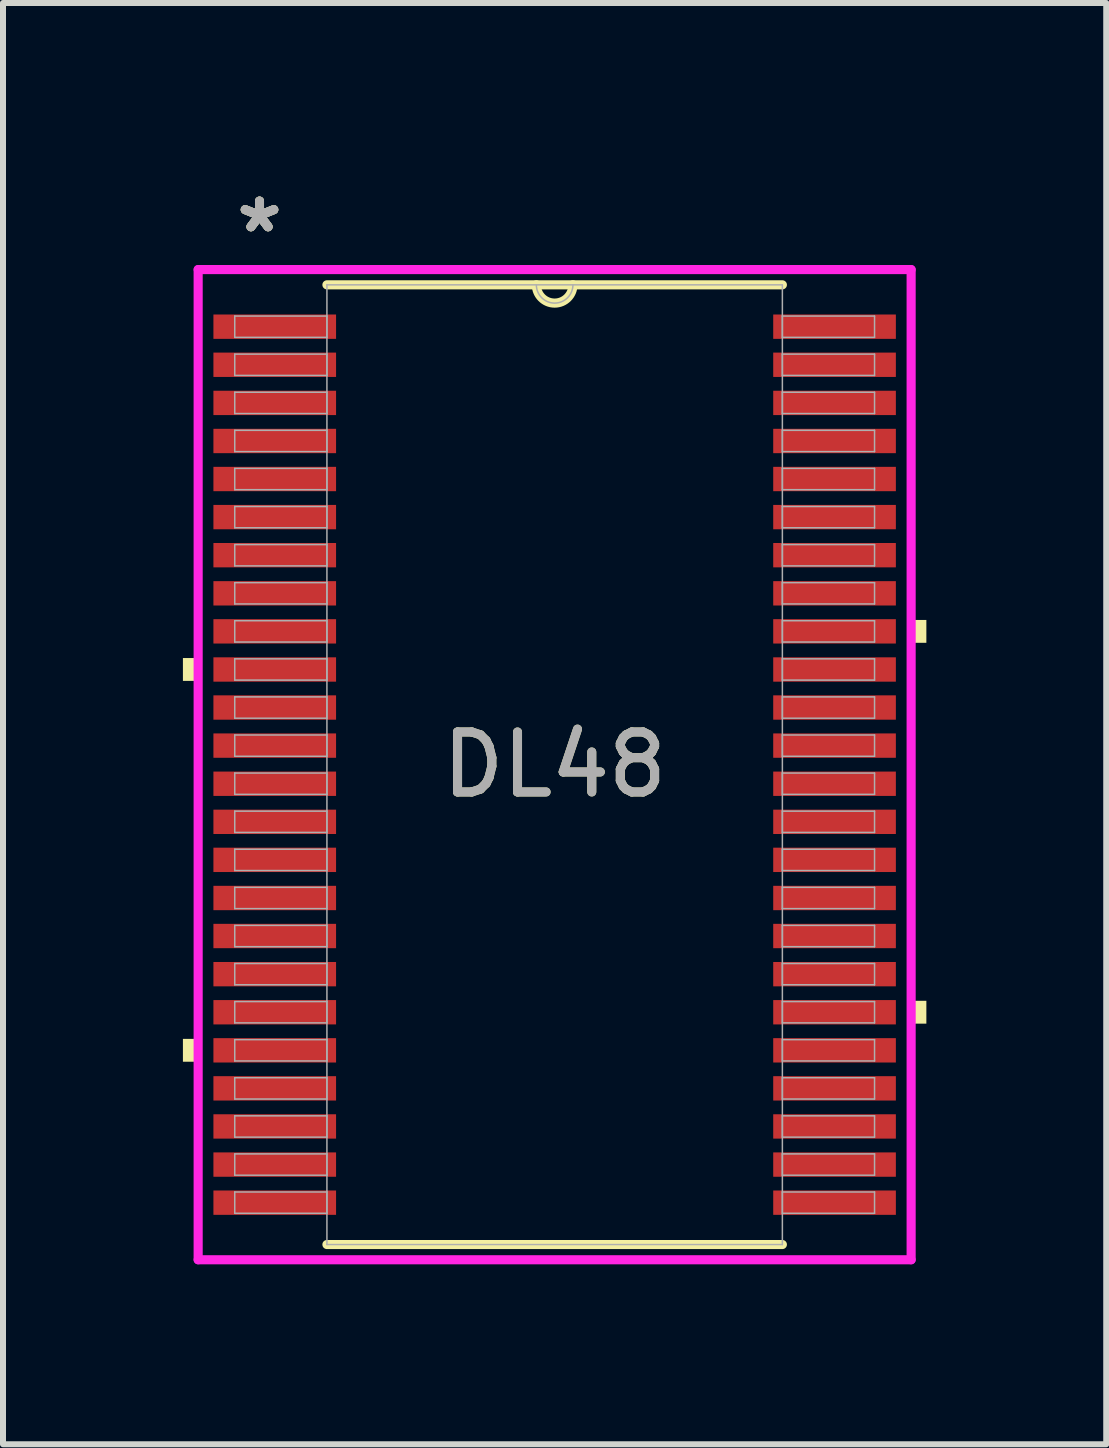
<source format=kicad_pcb>
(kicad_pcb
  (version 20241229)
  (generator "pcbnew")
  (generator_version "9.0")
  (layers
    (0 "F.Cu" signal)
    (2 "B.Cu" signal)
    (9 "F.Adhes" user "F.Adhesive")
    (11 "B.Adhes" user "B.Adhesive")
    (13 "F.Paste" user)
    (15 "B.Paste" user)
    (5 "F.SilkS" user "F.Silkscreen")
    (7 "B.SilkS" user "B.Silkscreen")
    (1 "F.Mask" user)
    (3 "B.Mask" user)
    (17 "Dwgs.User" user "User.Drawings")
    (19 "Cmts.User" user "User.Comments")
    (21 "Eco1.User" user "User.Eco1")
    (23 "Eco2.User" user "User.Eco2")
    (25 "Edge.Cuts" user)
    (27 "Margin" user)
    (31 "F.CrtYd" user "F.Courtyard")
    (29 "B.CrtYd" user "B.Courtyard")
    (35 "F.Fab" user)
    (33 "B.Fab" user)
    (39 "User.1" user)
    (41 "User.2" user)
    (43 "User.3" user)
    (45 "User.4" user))
  (footprint "DL48"
    (layer "F.Cu")
    (at 6.198 9.7)
    (property "Reference" "DL48" (at 0 0 0) (unlocked yes) (layer "F.SilkS") (effects (font (size 1 1) (thickness 0.15))))
    (attr smd)
    (fp_line (start -3.797 8.001) (end 3.797 8.001) (stroke (width 0.152) (type solid)) (layer "F.SilkS"))
    (fp_line (start 3.797 -8.001) (end -3.797 -8.001) (stroke (width 0.152) (type solid)) (layer "F.SilkS"))
    (fp_arc (start 0.3048 -8.001) (mid 0 -7.6962) (end -0.3048 -8.001) (stroke (width 0.1524) (type solid)) (layer "F.SilkS"))
    (fp_poly (pts (xy -6.198 -1.778) (xy -6.198 -1.397) (xy -5.944 -1.397) (xy -5.944 -1.778)) (stroke (width 0) (type solid)) (fill yes) (layer "F.SilkS"))
    (fp_poly (pts (xy -6.198 4.572) (xy -6.198 4.953) (xy -5.944 4.953) (xy -5.944 4.572)) (stroke (width 0) (type solid)) (fill yes) (layer "F.SilkS"))
    (fp_poly (pts (xy 6.198 -2.413) (xy 6.198 -2.032) (xy 5.944 -2.032) (xy 5.944 -2.413)) (stroke (width 0) (type solid)) (fill yes) (layer "F.SilkS"))
    (fp_poly (pts (xy 6.198 3.937) (xy 6.198 4.318) (xy 5.944 4.318) (xy 5.944 3.937)) (stroke (width 0) (type solid)) (fill yes) (layer "F.SilkS"))
    (fp_line (start -5.944 -8.255) (end 5.944 -8.255) (stroke (width 0.152) (type solid)) (layer "F.CrtYd"))
    (fp_line (start -5.944 8.255) (end -5.944 -8.255) (stroke (width 0.152) (type solid)) (layer "F.CrtYd"))
    (fp_line (start 5.944 -8.255) (end 5.944 8.255) (stroke (width 0.152) (type solid)) (layer "F.CrtYd"))
    (fp_line (start 5.944 8.255) (end -5.944 8.255) (stroke (width 0.152) (type solid)) (layer "F.CrtYd"))
    (fp_line (start -5.334 -7.48) (end -5.334 -7.125) (stroke (width 0.025) (type solid)) (layer "F.Fab"))
    (fp_line (start -5.334 -7.125) (end -3.797 -7.125) (stroke (width 0.025) (type solid)) (layer "F.Fab"))
    (fp_line (start -5.334 -6.845) (end -5.334 -6.49) (stroke (width 0.025) (type solid)) (layer "F.Fab"))
    (fp_line (start -5.334 -6.49) (end -3.797 -6.49) (stroke (width 0.025) (type solid)) (layer "F.Fab"))
    (fp_line (start -5.334 -6.21) (end -5.334 -5.855) (stroke (width 0.025) (type solid)) (layer "F.Fab"))
    (fp_line (start -5.334 -5.855) (end -3.797 -5.855) (stroke (width 0.025) (type solid)) (layer "F.Fab"))
    (fp_line (start -5.334 -5.575) (end -5.334 -5.22) (stroke (width 0.025) (type solid)) (layer "F.Fab"))
    (fp_line (start -5.334 -5.22) (end -3.797 -5.22) (stroke (width 0.025) (type solid)) (layer "F.Fab"))
    (fp_line (start -5.334 -4.94) (end -5.334 -4.585) (stroke (width 0.025) (type solid)) (layer "F.Fab"))
    (fp_line (start -5.334 -4.585) (end -3.797 -4.585) (stroke (width 0.025) (type solid)) (layer "F.Fab"))
    (fp_line (start -5.334 -4.305) (end -5.334 -3.95) (stroke (width 0.025) (type solid)) (layer "F.Fab"))
    (fp_line (start -5.334 -3.95) (end -3.797 -3.95) (stroke (width 0.025) (type solid)) (layer "F.Fab"))
    (fp_line (start -5.334 -3.67) (end -5.334 -3.315) (stroke (width 0.025) (type solid)) (layer "F.Fab"))
    (fp_line (start -5.334 -3.315) (end -3.797 -3.315) (stroke (width 0.025) (type solid)) (layer "F.Fab"))
    (fp_line (start -5.334 -3.035) (end -5.334 -2.68) (stroke (width 0.025) (type solid)) (layer "F.Fab"))
    (fp_line (start -5.334 -2.68) (end -3.797 -2.68) (stroke (width 0.025) (type solid)) (layer "F.Fab"))
    (fp_line (start -5.334 -2.4) (end -5.334 -2.045) (stroke (width 0.025) (type solid)) (layer "F.Fab"))
    (fp_line (start -5.334 -2.045) (end -3.797 -2.045) (stroke (width 0.025) (type solid)) (layer "F.Fab"))
    (fp_line (start -5.334 -1.765) (end -5.334 -1.41) (stroke (width 0.025) (type solid)) (layer "F.Fab"))
    (fp_line (start -5.334 -1.41) (end -3.797 -1.41) (stroke (width 0.025) (type solid)) (layer "F.Fab"))
    (fp_line (start -5.334 -1.13) (end -5.334 -0.775) (stroke (width 0.025) (type solid)) (layer "F.Fab"))
    (fp_line (start -5.334 -0.775) (end -3.797 -0.775) (stroke (width 0.025) (type solid)) (layer "F.Fab"))
    (fp_line (start -5.334 -0.495) (end -5.334 -0.14) (stroke (width 0.025) (type solid)) (layer "F.Fab"))
    (fp_line (start -5.334 -0.14) (end -3.797 -0.14) (stroke (width 0.025) (type solid)) (layer "F.Fab"))
    (fp_line (start -5.334 0.14) (end -5.334 0.495) (stroke (width 0.025) (type solid)) (layer "F.Fab"))
    (fp_line (start -5.334 0.495) (end -3.797 0.495) (stroke (width 0.025) (type solid)) (layer "F.Fab"))
    (fp_line (start -5.334 0.775) (end -5.334 1.13) (stroke (width 0.025) (type solid)) (layer "F.Fab"))
    (fp_line (start -5.334 1.13) (end -3.797 1.13) (stroke (width 0.025) (type solid)) (layer "F.Fab"))
    (fp_line (start -5.334 1.41) (end -5.334 1.765) (stroke (width 0.025) (type solid)) (layer "F.Fab"))
    (fp_line (start -5.334 1.765) (end -3.797 1.765) (stroke (width 0.025) (type solid)) (layer "F.Fab"))
    (fp_line (start -5.334 2.045) (end -5.334 2.4) (stroke (width 0.025) (type solid)) (layer "F.Fab"))
    (fp_line (start -5.334 2.4) (end -3.797 2.4) (stroke (width 0.025) (type solid)) (layer "F.Fab"))
    (fp_line (start -5.334 2.68) (end -5.334 3.035) (stroke (width 0.025) (type solid)) (layer "F.Fab"))
    (fp_line (start -5.334 3.035) (end -3.797 3.035) (stroke (width 0.025) (type solid)) (layer "F.Fab"))
    (fp_line (start -5.334 3.315) (end -5.334 3.67) (stroke (width 0.025) (type solid)) (layer "F.Fab"))
    (fp_line (start -5.334 3.67) (end -3.797 3.67) (stroke (width 0.025) (type solid)) (layer "F.Fab"))
    (fp_line (start -5.334 3.95) (end -5.334 4.305) (stroke (width 0.025) (type solid)) (layer "F.Fab"))
    (fp_line (start -5.334 4.305) (end -3.797 4.305) (stroke (width 0.025) (type solid)) (layer "F.Fab"))
    (fp_line (start -5.334 4.585) (end -5.334 4.94) (stroke (width 0.025) (type solid)) (layer "F.Fab"))
    (fp_line (start -5.334 4.94) (end -3.797 4.94) (stroke (width 0.025) (type solid)) (layer "F.Fab"))
    (fp_line (start -5.334 5.22) (end -5.334 5.575) (stroke (width 0.025) (type solid)) (layer "F.Fab"))
    (fp_line (start -5.334 5.575) (end -3.797 5.575) (stroke (width 0.025) (type solid)) (layer "F.Fab"))
    (fp_line (start -5.334 5.855) (end -5.334 6.21) (stroke (width 0.025) (type solid)) (layer "F.Fab"))
    (fp_line (start -5.334 6.21) (end -3.797 6.21) (stroke (width 0.025) (type solid)) (layer "F.Fab"))
    (fp_line (start -5.334 6.49) (end -5.334 6.845) (stroke (width 0.025) (type solid)) (layer "F.Fab"))
    (fp_line (start -5.334 6.845) (end -3.797 6.845) (stroke (width 0.025) (type solid)) (layer "F.Fab"))
    (fp_line (start -5.334 7.125) (end -5.334 7.48) (stroke (width 0.025) (type solid)) (layer "F.Fab"))
    (fp_line (start -5.334 7.48) (end -3.797 7.48) (stroke (width 0.025) (type solid)) (layer "F.Fab"))
    (fp_line (start -3.797 -8.001) (end -3.797 8.001) (stroke (width 0.025) (type solid)) (layer "F.Fab"))
    (fp_line (start -3.797 -7.48) (end -5.334 -7.48) (stroke (width 0.025) (type solid)) (layer "F.Fab"))
    (fp_line (start -3.797 -7.125) (end -3.797 -7.48) (stroke (width 0.025) (type solid)) (layer "F.Fab"))
    (fp_line (start -3.797 -6.845) (end -5.334 -6.845) (stroke (width 0.025) (type solid)) (layer "F.Fab"))
    (fp_line (start -3.797 -6.49) (end -3.797 -6.845) (stroke (width 0.025) (type solid)) (layer "F.Fab"))
    (fp_line (start -3.797 -6.21) (end -5.334 -6.21) (stroke (width 0.025) (type solid)) (layer "F.Fab"))
    (fp_line (start -3.797 -5.855) (end -3.797 -6.21) (stroke (width 0.025) (type solid)) (layer "F.Fab"))
    (fp_line (start -3.797 -5.575) (end -5.334 -5.575) (stroke (width 0.025) (type solid)) (layer "F.Fab"))
    (fp_line (start -3.797 -5.22) (end -3.797 -5.575) (stroke (width 0.025) (type solid)) (layer "F.Fab"))
    (fp_line (start -3.797 -4.94) (end -5.334 -4.94) (stroke (width 0.025) (type solid)) (layer "F.Fab"))
    (fp_line (start -3.797 -4.585) (end -3.797 -4.94) (stroke (width 0.025) (type solid)) (layer "F.Fab"))
    (fp_line (start -3.797 -4.305) (end -5.334 -4.305) (stroke (width 0.025) (type solid)) (layer "F.Fab"))
    (fp_line (start -3.797 -3.95) (end -3.797 -4.305) (stroke (width 0.025) (type solid)) (layer "F.Fab"))
    (fp_line (start -3.797 -3.67) (end -5.334 -3.67) (stroke (width 0.025) (type solid)) (layer "F.Fab"))
    (fp_line (start -3.797 -3.315) (end -3.797 -3.67) (stroke (width 0.025) (type solid)) (layer "F.Fab"))
    (fp_line (start -3.797 -3.035) (end -5.334 -3.035) (stroke (width 0.025) (type solid)) (layer "F.Fab"))
    (fp_line (start -3.797 -2.68) (end -3.797 -3.035) (stroke (width 0.025) (type solid)) (layer "F.Fab"))
    (fp_line (start -3.797 -2.4) (end -5.334 -2.4) (stroke (width 0.025) (type solid)) (layer "F.Fab"))
    (fp_line (start -3.797 -2.045) (end -3.797 -2.4) (stroke (width 0.025) (type solid)) (layer "F.Fab"))
    (fp_line (start -3.797 -1.765) (end -5.334 -1.765) (stroke (width 0.025) (type solid)) (layer "F.Fab"))
    (fp_line (start -3.797 -1.41) (end -3.797 -1.765) (stroke (width 0.025) (type solid)) (layer "F.Fab"))
    (fp_line (start -3.797 -1.13) (end -5.334 -1.13) (stroke (width 0.025) (type solid)) (layer "F.Fab"))
    (fp_line (start -3.797 -0.775) (end -3.797 -1.13) (stroke (width 0.025) (type solid)) (layer "F.Fab"))
    (fp_line (start -3.797 -0.495) (end -5.334 -0.495) (stroke (width 0.025) (type solid)) (layer "F.Fab"))
    (fp_line (start -3.797 -0.14) (end -3.797 -0.495) (stroke (width 0.025) (type solid)) (layer "F.Fab"))
    (fp_line (start -3.797 0.14) (end -5.334 0.14) (stroke (width 0.025) (type solid)) (layer "F.Fab"))
    (fp_line (start -3.797 0.495) (end -3.797 0.14) (stroke (width 0.025) (type solid)) (layer "F.Fab"))
    (fp_line (start -3.797 0.775) (end -5.334 0.775) (stroke (width 0.025) (type solid)) (layer "F.Fab"))
    (fp_line (start -3.797 1.13) (end -3.797 0.775) (stroke (width 0.025) (type solid)) (layer "F.Fab"))
    (fp_line (start -3.797 1.41) (end -5.334 1.41) (stroke (width 0.025) (type solid)) (layer "F.Fab"))
    (fp_line (start -3.797 1.765) (end -3.797 1.41) (stroke (width 0.025) (type solid)) (layer "F.Fab"))
    (fp_line (start -3.797 2.045) (end -5.334 2.045) (stroke (width 0.025) (type solid)) (layer "F.Fab"))
    (fp_line (start -3.797 2.4) (end -3.797 2.045) (stroke (width 0.025) (type solid)) (layer "F.Fab"))
    (fp_line (start -3.797 2.68) (end -5.334 2.68) (stroke (width 0.025) (type solid)) (layer "F.Fab"))
    (fp_line (start -3.797 3.035) (end -3.797 2.68) (stroke (width 0.025) (type solid)) (layer "F.Fab"))
    (fp_line (start -3.797 3.315) (end -5.334 3.315) (stroke (width 0.025) (type solid)) (layer "F.Fab"))
    (fp_line (start -3.797 3.67) (end -3.797 3.315) (stroke (width 0.025) (type solid)) (layer "F.Fab"))
    (fp_line (start -3.797 3.95) (end -5.334 3.95) (stroke (width 0.025) (type solid)) (layer "F.Fab"))
    (fp_line (start -3.797 4.305) (end -3.797 3.95) (stroke (width 0.025) (type solid)) (layer "F.Fab"))
    (fp_line (start -3.797 4.585) (end -5.334 4.585) (stroke (width 0.025) (type solid)) (layer "F.Fab"))
    (fp_line (start -3.797 4.94) (end -3.797 4.585) (stroke (width 0.025) (type solid)) (layer "F.Fab"))
    (fp_line (start -3.797 5.22) (end -5.334 5.22) (stroke (width 0.025) (type solid)) (layer "F.Fab"))
    (fp_line (start -3.797 5.575) (end -3.797 5.22) (stroke (width 0.025) (type solid)) (layer "F.Fab"))
    (fp_line (start -3.797 5.855) (end -5.334 5.855) (stroke (width 0.025) (type solid)) (layer "F.Fab"))
    (fp_line (start -3.797 6.21) (end -3.797 5.855) (stroke (width 0.025) (type solid)) (layer "F.Fab"))
    (fp_line (start -3.797 6.49) (end -5.334 6.49) (stroke (width 0.025) (type solid)) (layer "F.Fab"))
    (fp_line (start -3.797 6.845) (end -3.797 6.49) (stroke (width 0.025) (type solid)) (layer "F.Fab"))
    (fp_line (start -3.797 7.125) (end -5.334 7.125) (stroke (width 0.025) (type solid)) (layer "F.Fab"))
    (fp_line (start -3.797 7.48) (end -3.797 7.125) (stroke (width 0.025) (type solid)) (layer "F.Fab"))
    (fp_line (start -3.797 8.001) (end 3.797 8.001) (stroke (width 0.025) (type solid)) (layer "F.Fab"))
    (fp_line (start 3.797 -8.001) (end -3.797 -8.001) (stroke (width 0.025) (type solid)) (layer "F.Fab"))
    (fp_line (start 3.797 -7.48) (end 3.797 -7.125) (stroke (width 0.025) (type solid)) (layer "F.Fab"))
    (fp_line (start 3.797 -7.125) (end 5.334 -7.125) (stroke (width 0.025) (type solid)) (layer "F.Fab"))
    (fp_line (start 3.797 -6.845) (end 3.797 -6.49) (stroke (width 0.025) (type solid)) (layer "F.Fab"))
    (fp_line (start 3.797 -6.49) (end 5.334 -6.49) (stroke (width 0.025) (type solid)) (layer "F.Fab"))
    (fp_line (start 3.797 -6.21) (end 3.797 -5.855) (stroke (width 0.025) (type solid)) (layer "F.Fab"))
    (fp_line (start 3.797 -5.855) (end 5.334 -5.855) (stroke (width 0.025) (type solid)) (layer "F.Fab"))
    (fp_line (start 3.797 -5.575) (end 3.797 -5.22) (stroke (width 0.025) (type solid)) (layer "F.Fab"))
    (fp_line (start 3.797 -5.22) (end 5.334 -5.22) (stroke (width 0.025) (type solid)) (layer "F.Fab"))
    (fp_line (start 3.797 -4.94) (end 3.797 -4.585) (stroke (width 0.025) (type solid)) (layer "F.Fab"))
    (fp_line (start 3.797 -4.585) (end 5.334 -4.585) (stroke (width 0.025) (type solid)) (layer "F.Fab"))
    (fp_line (start 3.797 -4.305) (end 3.797 -3.95) (stroke (width 0.025) (type solid)) (layer "F.Fab"))
    (fp_line (start 3.797 -3.95) (end 5.334 -3.95) (stroke (width 0.025) (type solid)) (layer "F.Fab"))
    (fp_line (start 3.797 -3.67) (end 3.797 -3.315) (stroke (width 0.025) (type solid)) (layer "F.Fab"))
    (fp_line (start 3.797 -3.315) (end 5.334 -3.315) (stroke (width 0.025) (type solid)) (layer "F.Fab"))
    (fp_line (start 3.797 -3.035) (end 3.797 -2.68) (stroke (width 0.025) (type solid)) (layer "F.Fab"))
    (fp_line (start 3.797 -2.68) (end 5.334 -2.68) (stroke (width 0.025) (type solid)) (layer "F.Fab"))
    (fp_line (start 3.797 -2.4) (end 3.797 -2.045) (stroke (width 0.025) (type solid)) (layer "F.Fab"))
    (fp_line (start 3.797 -2.045) (end 5.334 -2.045) (stroke (width 0.025) (type solid)) (layer "F.Fab"))
    (fp_line (start 3.797 -1.765) (end 3.797 -1.41) (stroke (width 0.025) (type solid)) (layer "F.Fab"))
    (fp_line (start 3.797 -1.41) (end 5.334 -1.41) (stroke (width 0.025) (type solid)) (layer "F.Fab"))
    (fp_line (start 3.797 -1.13) (end 3.797 -0.775) (stroke (width 0.025) (type solid)) (layer "F.Fab"))
    (fp_line (start 3.797 -0.775) (end 5.334 -0.775) (stroke (width 0.025) (type solid)) (layer "F.Fab"))
    (fp_line (start 3.797 -0.495) (end 3.797 -0.14) (stroke (width 0.025) (type solid)) (layer "F.Fab"))
    (fp_line (start 3.797 -0.14) (end 5.334 -0.14) (stroke (width 0.025) (type solid)) (layer "F.Fab"))
    (fp_line (start 3.797 0.14) (end 3.797 0.495) (stroke (width 0.025) (type solid)) (layer "F.Fab"))
    (fp_line (start 3.797 0.495) (end 5.334 0.495) (stroke (width 0.025) (type solid)) (layer "F.Fab"))
    (fp_line (start 3.797 0.775) (end 3.797 1.13) (stroke (width 0.025) (type solid)) (layer "F.Fab"))
    (fp_line (start 3.797 1.13) (end 5.334 1.13) (stroke (width 0.025) (type solid)) (layer "F.Fab"))
    (fp_line (start 3.797 1.41) (end 3.797 1.765) (stroke (width 0.025) (type solid)) (layer "F.Fab"))
    (fp_line (start 3.797 1.765) (end 5.334 1.765) (stroke (width 0.025) (type solid)) (layer "F.Fab"))
    (fp_line (start 3.797 2.045) (end 3.797 2.4) (stroke (width 0.025) (type solid)) (layer "F.Fab"))
    (fp_line (start 3.797 2.4) (end 5.334 2.4) (stroke (width 0.025) (type solid)) (layer "F.Fab"))
    (fp_line (start 3.797 2.68) (end 3.797 3.035) (stroke (width 0.025) (type solid)) (layer "F.Fab"))
    (fp_line (start 3.797 3.035) (end 5.334 3.035) (stroke (width 0.025) (type solid)) (layer "F.Fab"))
    (fp_line (start 3.797 3.315) (end 3.797 3.67) (stroke (width 0.025) (type solid)) (layer "F.Fab"))
    (fp_line (start 3.797 3.67) (end 5.334 3.67) (stroke (width 0.025) (type solid)) (layer "F.Fab"))
    (fp_line (start 3.797 3.95) (end 3.797 4.305) (stroke (width 0.025) (type solid)) (layer "F.Fab"))
    (fp_line (start 3.797 4.305) (end 5.334 4.305) (stroke (width 0.025) (type solid)) (layer "F.Fab"))
    (fp_line (start 3.797 4.585) (end 3.797 4.94) (stroke (width 0.025) (type solid)) (layer "F.Fab"))
    (fp_line (start 3.797 4.94) (end 5.334 4.94) (stroke (width 0.025) (type solid)) (layer "F.Fab"))
    (fp_line (start 3.797 5.22) (end 3.797 5.575) (stroke (width 0.025) (type solid)) (layer "F.Fab"))
    (fp_line (start 3.797 5.575) (end 5.334 5.575) (stroke (width 0.025) (type solid)) (layer "F.Fab"))
    (fp_line (start 3.797 5.855) (end 3.797 6.21) (stroke (width 0.025) (type solid)) (layer "F.Fab"))
    (fp_line (start 3.797 6.21) (end 5.334 6.21) (stroke (width 0.025) (type solid)) (layer "F.Fab"))
    (fp_line (start 3.797 6.49) (end 3.797 6.845) (stroke (width 0.025) (type solid)) (layer "F.Fab"))
    (fp_line (start 3.797 6.845) (end 5.334 6.845) (stroke (width 0.025) (type solid)) (layer "F.Fab"))
    (fp_line (start 3.797 7.125) (end 3.797 7.48) (stroke (width 0.025) (type solid)) (layer "F.Fab"))
    (fp_line (start 3.797 7.48) (end 5.334 7.48) (stroke (width 0.025) (type solid)) (layer "F.Fab"))
    (fp_line (start 3.797 8.001) (end 3.797 -8.001) (stroke (width 0.025) (type solid)) (layer "F.Fab"))
    (fp_line (start 5.334 -7.48) (end 3.797 -7.48) (stroke (width 0.025) (type solid)) (layer "F.Fab"))
    (fp_line (start 5.334 -7.125) (end 5.334 -7.48) (stroke (width 0.025) (type solid)) (layer "F.Fab"))
    (fp_line (start 5.334 -6.845) (end 3.797 -6.845) (stroke (width 0.025) (type solid)) (layer "F.Fab"))
    (fp_line (start 5.334 -6.49) (end 5.334 -6.845) (stroke (width 0.025) (type solid)) (layer "F.Fab"))
    (fp_line (start 5.334 -6.21) (end 3.797 -6.21) (stroke (width 0.025) (type solid)) (layer "F.Fab"))
    (fp_line (start 5.334 -5.855) (end 5.334 -6.21) (stroke (width 0.025) (type solid)) (layer "F.Fab"))
    (fp_line (start 5.334 -5.575) (end 3.797 -5.575) (stroke (width 0.025) (type solid)) (layer "F.Fab"))
    (fp_line (start 5.334 -5.22) (end 5.334 -5.575) (stroke (width 0.025) (type solid)) (layer "F.Fab"))
    (fp_line (start 5.334 -4.94) (end 3.797 -4.94) (stroke (width 0.025) (type solid)) (layer "F.Fab"))
    (fp_line (start 5.334 -4.585) (end 5.334 -4.94) (stroke (width 0.025) (type solid)) (layer "F.Fab"))
    (fp_line (start 5.334 -4.305) (end 3.797 -4.305) (stroke (width 0.025) (type solid)) (layer "F.Fab"))
    (fp_line (start 5.334 -3.95) (end 5.334 -4.305) (stroke (width 0.025) (type solid)) (layer "F.Fab"))
    (fp_line (start 5.334 -3.67) (end 3.797 -3.67) (stroke (width 0.025) (type solid)) (layer "F.Fab"))
    (fp_line (start 5.334 -3.315) (end 5.334 -3.67) (stroke (width 0.025) (type solid)) (layer "F.Fab"))
    (fp_line (start 5.334 -3.035) (end 3.797 -3.035) (stroke (width 0.025) (type solid)) (layer "F.Fab"))
    (fp_line (start 5.334 -2.68) (end 5.334 -3.035) (stroke (width 0.025) (type solid)) (layer "F.Fab"))
    (fp_line (start 5.334 -2.4) (end 3.797 -2.4) (stroke (width 0.025) (type solid)) (layer "F.Fab"))
    (fp_line (start 5.334 -2.045) (end 5.334 -2.4) (stroke (width 0.025) (type solid)) (layer "F.Fab"))
    (fp_line (start 5.334 -1.765) (end 3.797 -1.765) (stroke (width 0.025) (type solid)) (layer "F.Fab"))
    (fp_line (start 5.334 -1.41) (end 5.334 -1.765) (stroke (width 0.025) (type solid)) (layer "F.Fab"))
    (fp_line (start 5.334 -1.13) (end 3.797 -1.13) (stroke (width 0.025) (type solid)) (layer "F.Fab"))
    (fp_line (start 5.334 -0.775) (end 5.334 -1.13) (stroke (width 0.025) (type solid)) (layer "F.Fab"))
    (fp_line (start 5.334 -0.495) (end 3.797 -0.495) (stroke (width 0.025) (type solid)) (layer "F.Fab"))
    (fp_line (start 5.334 -0.14) (end 5.334 -0.495) (stroke (width 0.025) (type solid)) (layer "F.Fab"))
    (fp_line (start 5.334 0.14) (end 3.797 0.14) (stroke (width 0.025) (type solid)) (layer "F.Fab"))
    (fp_line (start 5.334 0.495) (end 5.334 0.14) (stroke (width 0.025) (type solid)) (layer "F.Fab"))
    (fp_line (start 5.334 0.775) (end 3.797 0.775) (stroke (width 0.025) (type solid)) (layer "F.Fab"))
    (fp_line (start 5.334 1.13) (end 5.334 0.775) (stroke (width 0.025) (type solid)) (layer "F.Fab"))
    (fp_line (start 5.334 1.41) (end 3.797 1.41) (stroke (width 0.025) (type solid)) (layer "F.Fab"))
    (fp_line (start 5.334 1.765) (end 5.334 1.41) (stroke (width 0.025) (type solid)) (layer "F.Fab"))
    (fp_line (start 5.334 2.045) (end 3.797 2.045) (stroke (width 0.025) (type solid)) (layer "F.Fab"))
    (fp_line (start 5.334 2.4) (end 5.334 2.045) (stroke (width 0.025) (type solid)) (layer "F.Fab"))
    (fp_line (start 5.334 2.68) (end 3.797 2.68) (stroke (width 0.025) (type solid)) (layer "F.Fab"))
    (fp_line (start 5.334 3.035) (end 5.334 2.68) (stroke (width 0.025) (type solid)) (layer "F.Fab"))
    (fp_line (start 5.334 3.315) (end 3.797 3.315) (stroke (width 0.025) (type solid)) (layer "F.Fab"))
    (fp_line (start 5.334 3.67) (end 5.334 3.315) (stroke (width 0.025) (type solid)) (layer "F.Fab"))
    (fp_line (start 5.334 3.95) (end 3.797 3.95) (stroke (width 0.025) (type solid)) (layer "F.Fab"))
    (fp_line (start 5.334 4.305) (end 5.334 3.95) (stroke (width 0.025) (type solid)) (layer "F.Fab"))
    (fp_line (start 5.334 4.585) (end 3.797 4.585) (stroke (width 0.025) (type solid)) (layer "F.Fab"))
    (fp_line (start 5.334 4.94) (end 5.334 4.585) (stroke (width 0.025) (type solid)) (layer "F.Fab"))
    (fp_line (start 5.334 5.22) (end 3.797 5.22) (stroke (width 0.025) (type solid)) (layer "F.Fab"))
    (fp_line (start 5.334 5.575) (end 5.334 5.22) (stroke (width 0.025) (type solid)) (layer "F.Fab"))
    (fp_line (start 5.334 5.855) (end 3.797 5.855) (stroke (width 0.025) (type solid)) (layer "F.Fab"))
    (fp_line (start 5.334 6.21) (end 5.334 5.855) (stroke (width 0.025) (type solid)) (layer "F.Fab"))
    (fp_line (start 5.334 6.49) (end 3.797 6.49) (stroke (width 0.025) (type solid)) (layer "F.Fab"))
    (fp_line (start 5.334 6.845) (end 5.334 6.49) (stroke (width 0.025) (type solid)) (layer "F.Fab"))
    (fp_line (start 5.334 7.125) (end 3.797 7.125) (stroke (width 0.025) (type solid)) (layer "F.Fab"))
    (fp_line (start 5.334 7.48) (end 5.334 7.125) (stroke (width 0.025) (type solid)) (layer "F.Fab"))
    (fp_arc (start 0.3048 -8.001) (mid 0 -7.6962) (end -0.3048 -8.001) (stroke (width 0.0254) (type solid)) (layer "F.Fab"))
    (fp_text user "*" (at -4.921 -8.852 0) (layer "F.SilkS") (effects (font (size 1 1) (thickness 0.15))))
    (fp_text user "*" (at -4.921 -8.852 0) (unlocked yes) (layer "F.SilkS") (effects (font (size 1 1) (thickness 0.15))))
    (fp_text user "*" (at -4.921 -8.852 0) (unlocked yes) (layer "F.Fab") (effects (font (size 1 1) (thickness 0.15))))
    (fp_text user "*" (at -4.921 -8.852 0) (layer "F.Fab") (effects (font (size 1 1) (thickness 0.15))))
    (fp_text user "${REFERENCE}" (at 0 0 0) (unlocked yes) (layer "F.Fab") (effects (font (size 1 1) (thickness 0.15))))
    (pad "1" smd rect (at -4.667 -7.303) (size 2.045 0.406) (layers "F.Cu" "F.Mask" "F.Paste"))
    (pad "2" smd rect (at -4.667 -6.668) (size 2.045 0.406) (layers "F.Cu" "F.Mask" "F.Paste"))
    (pad "3" smd rect (at -4.667 -6.032) (size 2.045 0.406) (layers "F.Cu" "F.Mask" "F.Paste"))
    (pad "4" smd rect (at -4.667 -5.397) (size 2.045 0.406) (layers "F.Cu" "F.Mask" "F.Paste"))
    (pad "5" smd rect (at -4.667 -4.763) (size 2.045 0.406) (layers "F.Cu" "F.Mask" "F.Paste"))
    (pad "6" smd rect (at -4.667 -4.128) (size 2.045 0.406) (layers "F.Cu" "F.Mask" "F.Paste"))
    (pad "7" smd rect (at -4.667 -3.493) (size 2.045 0.406) (layers "F.Cu" "F.Mask" "F.Paste"))
    (pad "8" smd rect (at -4.667 -2.857) (size 2.045 0.406) (layers "F.Cu" "F.Mask" "F.Paste"))
    (pad "9" smd rect (at -4.667 -2.223) (size 2.045 0.406) (layers "F.Cu" "F.Mask" "F.Paste"))
    (pad "10" smd rect (at -4.667 -1.587) (size 2.045 0.406) (layers "F.Cu" "F.Mask" "F.Paste"))
    (pad "11" smd rect (at -4.667 -0.953) (size 2.045 0.406) (layers "F.Cu" "F.Mask" "F.Paste"))
    (pad "12" smd rect (at -4.667 -0.318) (size 2.045 0.406) (layers "F.Cu" "F.Mask" "F.Paste"))
    (pad "13" smd rect (at -4.667 0.318) (size 2.045 0.406) (layers "F.Cu" "F.Mask" "F.Paste"))
    (pad "14" smd rect (at -4.667 0.953) (size 2.045 0.406) (layers "F.Cu" "F.Mask" "F.Paste"))
    (pad "15" smd rect (at -4.667 1.587) (size 2.045 0.406) (layers "F.Cu" "F.Mask" "F.Paste"))
    (pad "16" smd rect (at -4.667 2.223) (size 2.045 0.406) (layers "F.Cu" "F.Mask" "F.Paste"))
    (pad "17" smd rect (at -4.667 2.857) (size 2.045 0.406) (layers "F.Cu" "F.Mask" "F.Paste"))
    (pad "18" smd rect (at -4.667 3.493) (size 2.045 0.406) (layers "F.Cu" "F.Mask" "F.Paste"))
    (pad "19" smd rect (at -4.667 4.128) (size 2.045 0.406) (layers "F.Cu" "F.Mask" "F.Paste"))
    (pad "20" smd rect (at -4.667 4.763) (size 2.045 0.406) (layers "F.Cu" "F.Mask" "F.Paste"))
    (pad "21" smd rect (at -4.667 5.397) (size 2.045 0.406) (layers "F.Cu" "F.Mask" "F.Paste"))
    (pad "22" smd rect (at -4.667 6.032) (size 2.045 0.406) (layers "F.Cu" "F.Mask" "F.Paste"))
    (pad "23" smd rect (at -4.667 6.668) (size 2.045 0.406) (layers "F.Cu" "F.Mask" "F.Paste"))
    (pad "24" smd rect (at -4.667 7.303) (size 2.045 0.406) (layers "F.Cu" "F.Mask" "F.Paste"))
    (pad "25" smd rect (at 4.667 7.303) (size 2.045 0.406) (layers "F.Cu" "F.Mask" "F.Paste"))
    (pad "26" smd rect (at 4.667 6.668) (size 2.045 0.406) (layers "F.Cu" "F.Mask" "F.Paste"))
    (pad "27" smd rect (at 4.667 6.032) (size 2.045 0.406) (layers "F.Cu" "F.Mask" "F.Paste"))
    (pad "28" smd rect (at 4.667 5.397) (size 2.045 0.406) (layers "F.Cu" "F.Mask" "F.Paste"))
    (pad "29" smd rect (at 4.667 4.763) (size 2.045 0.406) (layers "F.Cu" "F.Mask" "F.Paste"))
    (pad "30" smd rect (at 4.667 4.128) (size 2.045 0.406) (layers "F.Cu" "F.Mask" "F.Paste"))
    (pad "31" smd rect (at 4.667 3.493) (size 2.045 0.406) (layers "F.Cu" "F.Mask" "F.Paste"))
    (pad "32" smd rect (at 4.667 2.857) (size 2.045 0.406) (layers "F.Cu" "F.Mask" "F.Paste"))
    (pad "33" smd rect (at 4.667 2.223) (size 2.045 0.406) (layers "F.Cu" "F.Mask" "F.Paste"))
    (pad "34" smd rect (at 4.667 1.587) (size 2.045 0.406) (layers "F.Cu" "F.Mask" "F.Paste"))
    (pad "35" smd rect (at 4.667 0.953) (size 2.045 0.406) (layers "F.Cu" "F.Mask" "F.Paste"))
    (pad "36" smd rect (at 4.667 0.318) (size 2.045 0.406) (layers "F.Cu" "F.Mask" "F.Paste"))
    (pad "37" smd rect (at 4.667 -0.318) (size 2.045 0.406) (layers "F.Cu" "F.Mask" "F.Paste"))
    (pad "38" smd rect (at 4.667 -0.953) (size 2.045 0.406) (layers "F.Cu" "F.Mask" "F.Paste"))
    (pad "39" smd rect (at 4.667 -1.587) (size 2.045 0.406) (layers "F.Cu" "F.Mask" "F.Paste"))
    (pad "40" smd rect (at 4.667 -2.223) (size 2.045 0.406) (layers "F.Cu" "F.Mask" "F.Paste"))
    (pad "41" smd rect (at 4.667 -2.857) (size 2.045 0.406) (layers "F.Cu" "F.Mask" "F.Paste"))
    (pad "42" smd rect (at 4.667 -3.493) (size 2.045 0.406) (layers "F.Cu" "F.Mask" "F.Paste"))
    (pad "43" smd rect (at 4.667 -4.128) (size 2.045 0.406) (layers "F.Cu" "F.Mask" "F.Paste"))
    (pad "44" smd rect (at 4.667 -4.763) (size 2.045 0.406) (layers "F.Cu" "F.Mask" "F.Paste"))
    (pad "45" smd rect (at 4.667 -5.397) (size 2.045 0.406) (layers "F.Cu" "F.Mask" "F.Paste"))
    (pad "46" smd rect (at 4.667 -6.032) (size 2.045 0.406) (layers "F.Cu" "F.Mask" "F.Paste"))
    (pad "47" smd rect (at 4.667 -6.668) (size 2.045 0.406) (layers "F.Cu" "F.Mask" "F.Paste"))
    (pad "48" smd rect (at 4.667 -7.303) (size 2.045 0.406) (layers "F.Cu" "F.Mask" "F.Paste")))
  (gr_rect
    (start -3 -3)
    (end 15.395 21.031)
    (stroke (width 0.1) (type default))
    (fill no)
    (layer "Edge.Cuts")))
</source>
